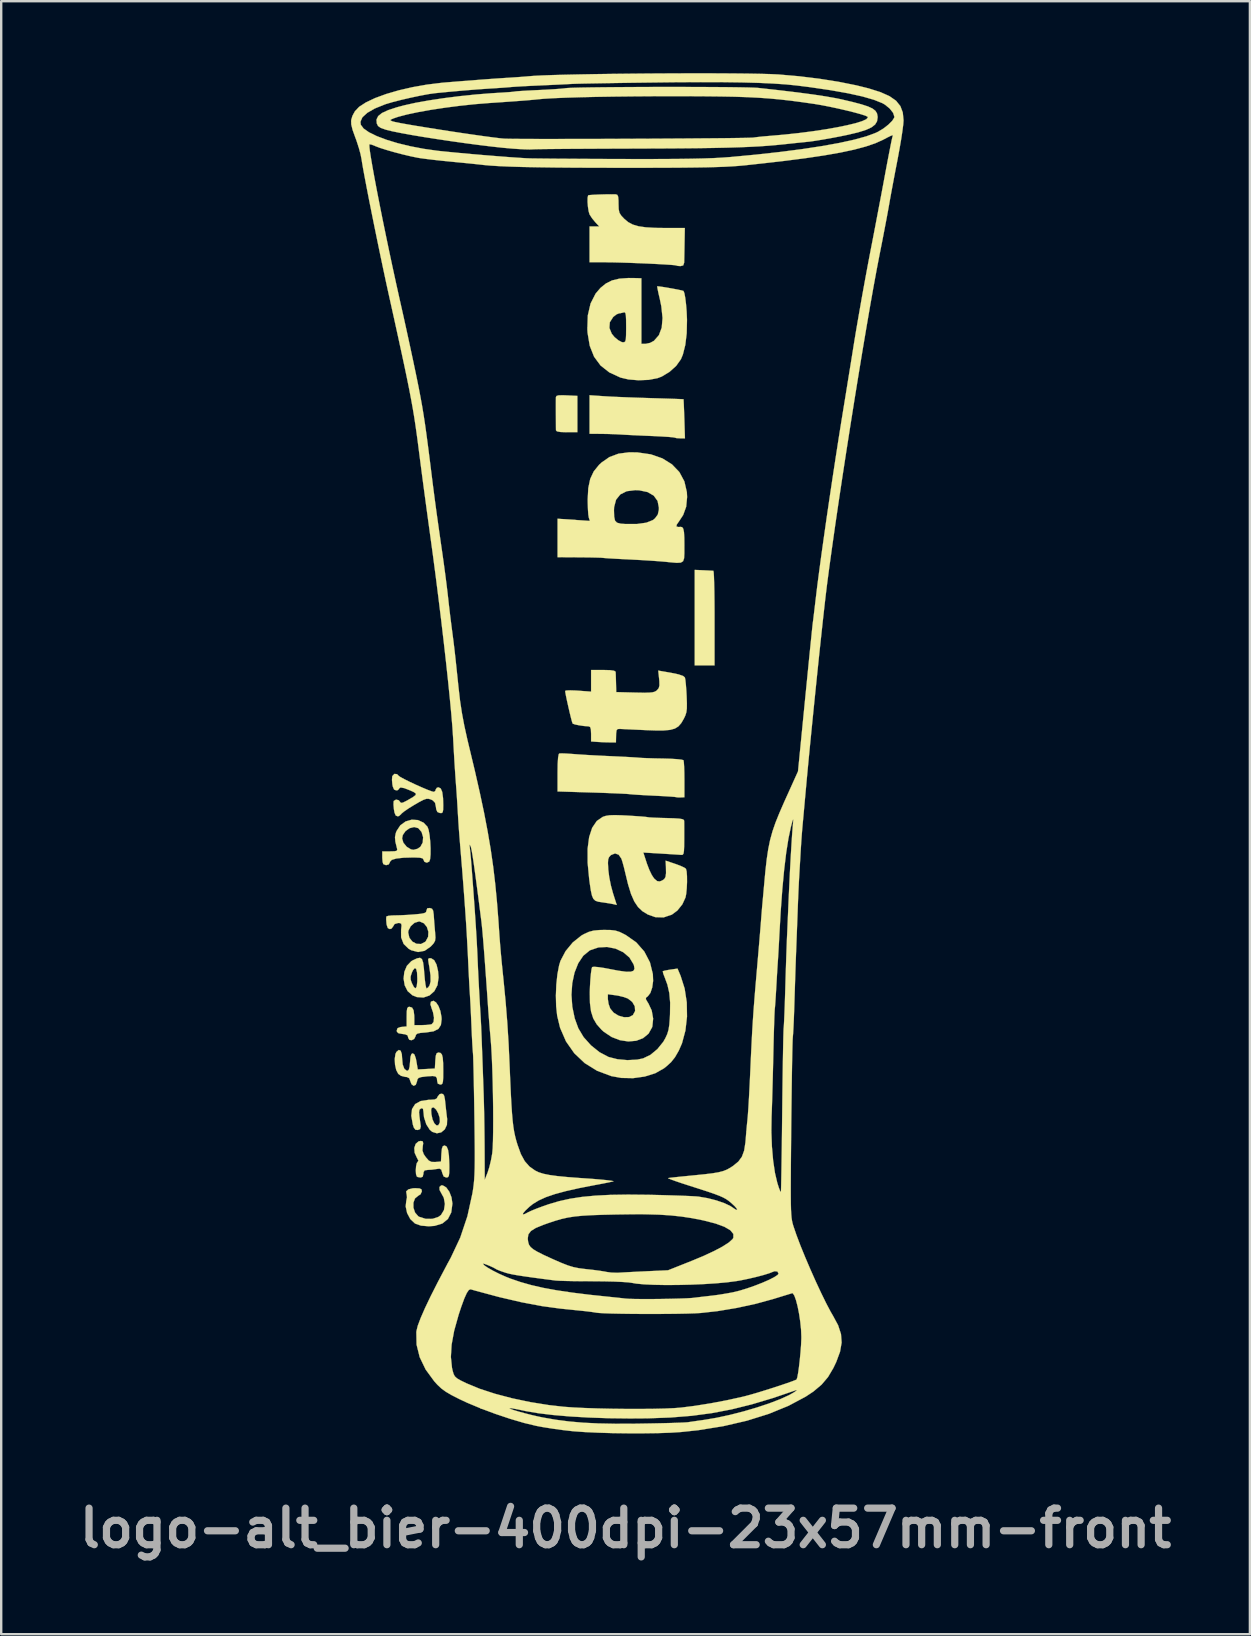
<source format=kicad_pcb>
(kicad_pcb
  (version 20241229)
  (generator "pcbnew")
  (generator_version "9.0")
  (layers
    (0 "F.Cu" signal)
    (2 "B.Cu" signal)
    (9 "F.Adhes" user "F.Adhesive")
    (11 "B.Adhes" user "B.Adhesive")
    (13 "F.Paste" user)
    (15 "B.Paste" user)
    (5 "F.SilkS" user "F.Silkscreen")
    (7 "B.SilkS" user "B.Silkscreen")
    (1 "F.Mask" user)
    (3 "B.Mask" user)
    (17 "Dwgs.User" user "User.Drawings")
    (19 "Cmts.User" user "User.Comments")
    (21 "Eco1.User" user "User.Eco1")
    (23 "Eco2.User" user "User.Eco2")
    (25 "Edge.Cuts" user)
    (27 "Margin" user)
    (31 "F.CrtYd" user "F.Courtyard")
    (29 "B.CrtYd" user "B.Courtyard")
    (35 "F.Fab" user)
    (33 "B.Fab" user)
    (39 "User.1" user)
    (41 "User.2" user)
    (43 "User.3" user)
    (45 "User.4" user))
  (footprint "logo-alt_bier-400dpi-23x57mm-front"
    (layer "F.Cu")
    (at 23.037 28.293)
    (property "Reference" "logo-alt_bier-400dpi-23x57mm-front" (at -0.025 32.325 0) (layer "F.Fab") (effects (font (size 1.524 1.524) (thickness 0.3))))
    (attr through_hole)
    (fp_poly (pts (xy 3.223 -7.583) (xy 3.429 -7.573) (xy 3.582 -7.565) (xy 3.635 -7.561) (xy 3.647 -7.499) (xy 3.658 -7.325) (xy 3.667 -7.055) (xy 3.675 -6.704) (xy 3.68 -6.287) (xy 3.683 -5.819) (xy 3.683 -5.588) (xy 3.683 -3.619) (xy 2.857 -3.619) (xy 2.857 -7.599) (xy 3.223 -7.583)) (stroke (width 0.01) (type solid)) (fill yes) (layer "F.SilkS"))
    (fp_poly (pts (xy -2.477 -14.87) (xy -2.032 -14.849) (xy -2.032 -13.335) (xy -2.477 -13.335) (xy -2.736 -13.344) (xy -2.881 -13.371) (xy -2.923 -13.414) (xy -2.925 -13.542) (xy -2.926 -13.751) (xy -2.927 -14.007) (xy -2.928 -14.274) (xy -2.928 -14.518) (xy -2.927 -14.704) (xy -2.926 -14.796) (xy -2.9 -14.846) (xy -2.813 -14.871) (xy -2.639 -14.876) (xy -2.477 -14.87)) (stroke (width 0.01) (type solid)) (fill yes) (layer "F.SilkS"))
    (fp_poly (pts (xy -0.937 -14.836) (xy -0.689 -14.821) (xy -0.345 -14.805) (xy 0.065 -14.788) (xy 0.511 -14.772) (xy 0.961 -14.758) (xy 1.016 -14.756) (xy 1.418 -14.744) (xy 1.773 -14.733) (xy 2.064 -14.723) (xy 2.273 -14.715) (xy 2.38 -14.71) (xy 2.39 -14.709) (xy 2.395 -14.646) (xy 2.403 -14.48) (xy 2.413 -14.236) (xy 2.423 -13.937) (xy 2.425 -13.891) (xy 2.45 -13.081) (xy 2.252 -13.081) (xy 2.104 -13.089) (xy 2.024 -13.11) (xy 2.024 -13.11) (xy 1.953 -13.123) (xy 1.779 -13.139) (xy 1.523 -13.155) (xy 1.209 -13.172) (xy 1.045 -13.179) (xy 0.68 -13.194) (xy 0.333 -13.21) (xy 0.037 -13.225) (xy -0.176 -13.237) (xy -0.222 -13.24) (xy -0.45 -13.252) (xy -0.742 -13.262) (xy -1.032 -13.267) (xy -1.524 -13.271) (xy -1.524 -14.876) (xy -0.937 -14.836)) (stroke (width 0.01) (type solid)) (fill yes) (layer "F.SilkS"))
    (fp_poly (pts (xy -7.638 18.046) (xy -7.494 18.131) (xy -7.367 18.309) (xy -7.276 18.542) (xy -7.239 18.796) (xy -7.239 18.809) (xy -7.286 19.17) (xy -7.426 19.444) (xy -7.658 19.632) (xy -7.98 19.731) (xy -8.223 19.748) (xy -8.548 19.721) (xy -8.786 19.637) (xy -8.803 19.627) (xy -8.993 19.447) (xy -9.126 19.196) (xy -9.185 18.921) (xy -9.162 18.704) (xy -9.131 18.538) (xy -9.144 18.416) (xy -9.148 18.408) (xy -9.165 18.294) (xy -9.072 18.21) (xy -8.885 18.165) (xy -8.787 18.161) (xy -8.612 18.17) (xy -8.53 18.206) (xy -8.509 18.285) (xy -8.509 18.29) (xy -8.566 18.416) (xy -8.662 18.476) (xy -8.797 18.587) (xy -8.863 18.766) (xy -8.862 18.974) (xy -8.796 19.173) (xy -8.667 19.325) (xy -8.616 19.356) (xy -8.343 19.44) (xy -8.062 19.437) (xy -7.816 19.354) (xy -7.712 19.275) (xy -7.59 19.071) (xy -7.551 18.817) (xy -7.597 18.56) (xy -7.69 18.39) (xy -7.773 18.236) (xy -7.777 18.11) (xy -7.705 18.045) (xy -7.638 18.046)) (stroke (width 0.01) (type solid)) (fill yes) (layer "F.SilkS"))
    (fp_poly (pts (xy -7.919 10.422) (xy -7.819 10.571) (xy -7.739 10.78) (xy -7.694 11.025) (xy -7.688 11.121) (xy -7.717 11.361) (xy -7.822 11.524) (xy -8.02 11.624) (xy -8.324 11.671) (xy -8.338 11.672) (xy -8.565 11.691) (xy -8.695 11.719) (xy -8.756 11.768) (xy -8.775 11.834) (xy -8.832 11.943) (xy -8.932 11.995) (xy -9.03 11.982) (xy -9.08 11.898) (xy -9.081 11.883) (xy -9.108 11.794) (xy -9.21 11.749) (xy -9.319 11.735) (xy -9.481 11.707) (xy -9.548 11.647) (xy -9.557 11.589) (xy -9.524 11.494) (xy -9.404 11.448) (xy -9.35 11.442) (xy -9.144 11.422) (xy -9.144 11.013) (xy -9.14 10.79) (xy -9.121 10.667) (xy -9.08 10.614) (xy -9.024 10.604) (xy -8.918 10.638) (xy -8.855 10.751) (xy -8.829 10.962) (xy -8.826 11.086) (xy -8.826 11.367) (xy -8.514 11.367) (xy -8.309 11.359) (xy -8.147 11.34) (xy -8.101 11.328) (xy -8.023 11.235) (xy -8.005 11.06) (xy -8.046 10.832) (xy -8.098 10.686) (xy -8.155 10.501) (xy -8.134 10.395) (xy -8.128 10.388) (xy -8.026 10.353) (xy -7.919 10.422)) (stroke (width 0.01) (type solid)) (fill yes) (layer "F.SilkS"))
    (fp_poly (pts (xy -8.508 8.615) (xy -8.459 8.757) (xy -8.427 9.003) (xy -8.411 9.207) (xy -8.387 9.474) (xy -8.359 9.685) (xy -8.33 9.815) (xy -8.313 9.842) (xy -8.245 9.793) (xy -8.187 9.706) (xy -8.147 9.547) (xy -8.151 9.293) (xy -8.201 8.934) (xy -8.23 8.773) (xy -8.249 8.632) (xy -8.218 8.58) (xy -8.122 8.583) (xy -7.997 8.662) (xy -7.899 8.846) (xy -7.836 9.116) (xy -7.815 9.385) (xy -7.86 9.702) (xy -7.993 9.955) (xy -8.194 10.132) (xy -8.444 10.217) (xy -8.721 10.198) (xy -8.905 10.124) (xy -9.104 9.95) (xy -9.226 9.708) (xy -9.272 9.43) (xy -9.262 9.342) (xy -8.981 9.342) (xy -8.976 9.479) (xy -8.926 9.62) (xy -8.838 9.789) (xy -8.771 9.834) (xy -8.725 9.756) (xy -8.702 9.556) (xy -8.7 9.433) (xy -8.712 9.171) (xy -8.749 9.022) (xy -8.806 8.99) (xy -8.881 9.08) (xy -8.924 9.171) (xy -8.981 9.342) (xy -9.262 9.342) (xy -9.241 9.149) (xy -9.135 8.896) (xy -8.953 8.705) (xy -8.892 8.669) (xy -8.712 8.585) (xy -8.589 8.562) (xy -8.508 8.615)) (stroke (width 0.01) (type solid)) (fill yes) (layer "F.SilkS"))
    (fp_poly (pts (xy -8.475 16.21) (xy -8.455 16.285) (xy -8.474 16.42) (xy -8.486 16.593) (xy -8.434 16.742) (xy -8.348 16.868) (xy -8.224 17.009) (xy -8.107 17.067) (xy -7.947 17.069) (xy -7.715 17.05) (xy -7.696 16.716) (xy -7.677 16.517) (xy -7.64 16.415) (xy -7.576 16.384) (xy -7.561 16.383) (xy -7.478 16.427) (xy -7.419 16.567) (xy -7.383 16.811) (xy -7.368 17.169) (xy -7.367 17.288) (xy -7.37 17.516) (xy -7.386 17.645) (xy -7.423 17.703) (xy -7.49 17.716) (xy -7.495 17.716) (xy -7.601 17.674) (xy -7.66 17.531) (xy -7.662 17.52) (xy -7.703 17.386) (xy -7.777 17.346) (xy -7.891 17.361) (xy -8.1 17.39) (xy -8.263 17.399) (xy -8.395 17.418) (xy -8.442 17.497) (xy -8.445 17.558) (xy -8.477 17.685) (xy -8.562 17.716) (xy -8.683 17.696) (xy -8.721 17.674) (xy -8.754 17.579) (xy -8.764 17.421) (xy -8.752 17.249) (xy -8.722 17.114) (xy -8.688 17.067) (xy -8.655 17.013) (xy -8.716 16.894) (xy -8.719 16.889) (xy -8.812 16.685) (xy -8.826 16.483) (xy -8.768 16.314) (xy -8.647 16.21) (xy -8.553 16.192) (xy -8.475 16.21)) (stroke (width 0.01) (type solid)) (fill yes) (layer "F.SilkS"))
    (fp_poly (pts (xy -2.513 0.051) (xy -2.274 0.067) (xy -2.209 0.072) (xy -1.96 0.09) (xy -1.623 0.112) (xy -1.234 0.133) (xy -0.831 0.153) (xy -0.675 0.16) (xy -0.312 0.177) (xy 0.02 0.193) (xy 0.293 0.209) (xy 0.481 0.221) (xy 0.54 0.227) (xy 0.676 0.236) (xy 0.907 0.245) (xy 1.201 0.254) (xy 1.527 0.26) (xy 1.542 0.26) (xy 1.85 0.269) (xy 2.111 0.285) (xy 2.298 0.305) (xy 2.387 0.328) (xy 2.39 0.331) (xy 2.404 0.415) (xy 2.416 0.598) (xy 2.424 0.853) (xy 2.427 1.132) (xy 2.427 1.873) (xy 2.262 1.88) (xy 2.133 1.878) (xy 2.079 1.868) (xy 2.013 1.858) (xy 1.843 1.845) (xy 1.592 1.829) (xy 1.285 1.813) (xy 1.173 1.808) (xy 0.837 1.791) (xy 0.536 1.774) (xy 0.297 1.758) (xy 0.15 1.745) (xy 0.13 1.742) (xy 0.022 1.733) (xy -0.191 1.722) (xy -0.491 1.709) (xy -0.854 1.694) (xy -1.262 1.68) (xy -1.442 1.675) (xy -2.857 1.631) (xy -2.857 0.853) (xy -2.852 0.481) (xy -2.835 0.221) (xy -2.808 0.078) (xy -2.788 0.051) (xy -2.696 0.045) (xy -2.513 0.051)) (stroke (width 0.01) (type solid)) (fill yes) (layer "F.SilkS"))
    (fp_poly (pts (xy -0.452 -23.246) (xy -0.429 -23.245) (xy -0.366 -23.223) (xy -0.332 -23.145) (xy -0.319 -22.982) (xy -0.318 -22.853) (xy -0.311 -22.629) (xy -0.28 -22.481) (xy -0.205 -22.36) (xy -0.079 -22.226) (xy 0.084 -22.089) (xy 0.275 -21.987) (xy 0.513 -21.916) (xy 0.82 -21.872) (xy 1.215 -21.849) (xy 1.638 -21.844) (xy 2.445 -21.844) (xy 2.433 -21.193) (xy 2.428 -20.903) (xy 2.423 -20.648) (xy 2.419 -20.464) (xy 2.417 -20.399) (xy 2.379 -20.286) (xy 2.265 -20.256) (xy 2.139 -20.266) (xy 2.09 -20.282) (xy 2.019 -20.295) (xy 1.842 -20.31) (xy 1.58 -20.327) (xy 1.253 -20.345) (xy 0.884 -20.363) (xy 0.492 -20.379) (xy 0.099 -20.394) (xy -0.274 -20.405) (xy -0.607 -20.413) (xy -0.873 -20.415) (xy -1.524 -20.415) (xy -1.524 -21.907) (xy -1.119 -21.907) (xy -1.282 -22.082) (xy -1.415 -22.243) (xy -1.518 -22.399) (xy -1.523 -22.408) (xy -1.562 -22.537) (xy -1.591 -22.726) (xy -1.607 -22.93) (xy -1.605 -23.104) (xy -1.584 -23.202) (xy -1.581 -23.205) (xy -1.512 -23.217) (xy -1.349 -23.228) (xy -1.128 -23.238) (xy -0.882 -23.245) (xy -0.646 -23.248) (xy -0.452 -23.246)) (stroke (width 0.01) (type solid)) (fill yes) (layer "F.SilkS"))
    (fp_poly (pts (xy -7.626 14.241) (xy -7.581 14.312) (xy -7.55 14.463) (xy -7.533 14.621) (xy -7.505 14.883) (xy -7.475 15.137) (xy -7.457 15.272) (xy -7.466 15.519) (xy -7.557 15.711) (xy -7.705 15.835) (xy -7.886 15.874) (xy -8.077 15.814) (xy -8.182 15.726) (xy -8.327 15.499) (xy -8.421 15.207) (xy -8.445 14.973) (xy -8.456 14.899) (xy -8.125 14.899) (xy -8.113 15.074) (xy -8.112 15.081) (xy -8.066 15.298) (xy -7.992 15.457) (xy -7.907 15.542) (xy -7.828 15.541) (xy -7.77 15.439) (xy -7.759 15.384) (xy -7.77 15.223) (xy -7.829 15.043) (xy -7.915 14.888) (xy -8.009 14.802) (xy -8.038 14.796) (xy -8.102 14.816) (xy -8.125 14.899) (xy -8.456 14.899) (xy -8.463 14.851) (xy -8.525 14.831) (xy -8.548 14.839) (xy -8.61 14.89) (xy -8.628 14.999) (xy -8.612 15.17) (xy -8.585 15.377) (xy -8.562 15.547) (xy -8.557 15.589) (xy -8.586 15.699) (xy -8.68 15.736) (xy -8.778 15.726) (xy -8.844 15.639) (xy -8.886 15.514) (xy -8.951 15.147) (xy -8.92 14.862) (xy -8.79 14.657) (xy -8.561 14.53) (xy -8.23 14.479) (xy -8.158 14.478) (xy -7.977 14.465) (xy -7.886 14.417) (xy -7.856 14.351) (xy -7.774 14.245) (xy -7.697 14.224) (xy -7.626 14.241)) (stroke (width 0.01) (type solid)) (fill yes) (layer "F.SilkS"))
    (fp_poly (pts (xy -9.393 12.435) (xy -9.345 12.577) (xy -9.335 12.74) (xy -9.31 13.007) (xy -9.241 13.189) (xy -9.136 13.269) (xy -9.113 13.271) (xy -9.056 13.229) (xy -9.02 13.09) (xy -9.004 12.906) (xy -8.984 12.687) (xy -8.946 12.572) (xy -8.89 12.541) (xy -8.818 12.595) (xy -8.76 12.764) (xy -8.738 12.878) (xy -8.681 13.214) (xy -8.325 13.195) (xy -7.969 13.176) (xy -7.95 12.843) (xy -7.931 12.644) (xy -7.895 12.542) (xy -7.831 12.51) (xy -7.814 12.509) (xy -7.731 12.527) (xy -7.675 12.593) (xy -7.641 12.728) (xy -7.624 12.95) (xy -7.62 13.277) (xy -7.622 13.547) (xy -7.632 13.714) (xy -7.656 13.803) (xy -7.698 13.838) (xy -7.747 13.843) (xy -7.847 13.805) (xy -7.874 13.688) (xy -7.886 13.571) (xy -7.939 13.507) (xy -8.059 13.487) (xy -8.272 13.499) (xy -8.335 13.506) (xy -8.54 13.532) (xy -8.65 13.569) (xy -8.698 13.633) (xy -8.712 13.708) (xy -8.765 13.855) (xy -8.854 13.895) (xy -8.943 13.828) (xy -8.984 13.72) (xy -9.037 13.58) (xy -9.136 13.529) (xy -9.203 13.525) (xy -9.378 13.48) (xy -9.494 13.398) (xy -9.579 13.237) (xy -9.629 13.012) (xy -9.641 12.772) (xy -9.611 12.568) (xy -9.571 12.484) (xy -9.471 12.401) (xy -9.393 12.435)) (stroke (width 0.01) (type solid)) (fill yes) (layer "F.SilkS"))
    (fp_poly (pts (xy -8.674 2.824) (xy -8.439 2.932) (xy -8.277 3.103) (xy -8.228 3.238) (xy -8.189 3.455) (xy -8.162 3.719) (xy -8.148 3.997) (xy -8.149 4.252) (xy -8.167 4.45) (xy -8.202 4.552) (xy -8.303 4.599) (xy -8.405 4.561) (xy -8.445 4.47) (xy -8.48 4.419) (xy -8.599 4.391) (xy -8.821 4.382) (xy -8.849 4.381) (xy -9.274 4.392) (xy -9.578 4.426) (xy -9.765 4.482) (xy -9.841 4.563) (xy -9.842 4.581) (xy -9.892 4.671) (xy -10.003 4.703) (xy -10.114 4.66) (xy -10.118 4.657) (xy -10.145 4.571) (xy -10.159 4.412) (xy -10.16 4.371) (xy -10.16 4.128) (xy -9.835 4.128) (xy -9.646 4.123) (xy -9.555 4.102) (xy -9.536 4.049) (xy -9.551 3.985) (xy -9.615 3.725) (xy -9.626 3.588) (xy -9.335 3.588) (xy -9.28 3.77) (xy -9.143 3.936) (xy -8.966 4.044) (xy -8.861 4.064) (xy -8.694 4.02) (xy -8.572 3.937) (xy -8.474 3.757) (xy -8.459 3.536) (xy -8.523 3.321) (xy -8.659 3.162) (xy -8.661 3.16) (xy -8.832 3.114) (xy -9.019 3.161) (xy -9.189 3.279) (xy -9.304 3.445) (xy -9.335 3.588) (xy -9.626 3.588) (xy -9.631 3.536) (xy -9.599 3.372) (xy -9.566 3.283) (xy -9.408 3.042) (xy -9.188 2.882) (xy -8.933 2.808) (xy -8.674 2.824)) (stroke (width 0.01) (type solid)) (fill yes) (layer "F.SilkS"))
    (fp_poly (pts (xy -8.088 6.518) (xy -8.041 6.598) (xy -8.017 6.762) (xy -8.013 6.826) (xy -7.995 7.083) (xy -7.971 7.375) (xy -7.959 7.509) (xy -7.945 7.721) (xy -7.962 7.857) (xy -8.026 7.968) (xy -8.147 8.097) (xy -8.398 8.271) (xy -8.67 8.321) (xy -8.954 8.247) (xy -9.058 8.189) (xy -9.27 7.984) (xy -9.375 7.712) (xy -9.376 7.509) (xy -9.081 7.509) (xy -9.032 7.725) (xy -8.906 7.887) (xy -8.734 7.979) (xy -8.546 7.987) (xy -8.372 7.896) (xy -8.348 7.871) (xy -8.25 7.687) (xy -8.239 7.478) (xy -8.302 7.278) (xy -8.426 7.124) (xy -8.599 7.05) (xy -8.634 7.048) (xy -8.816 7.104) (xy -8.975 7.245) (xy -9.07 7.427) (xy -9.081 7.509) (xy -9.376 7.509) (xy -9.376 7.396) (xy -9.357 7.222) (xy -9.373 7.139) (xy -9.439 7.114) (xy -9.5 7.112) (xy -9.647 7.155) (xy -9.697 7.239) (xy -9.771 7.342) (xy -9.843 7.366) (xy -9.928 7.326) (xy -9.976 7.191) (xy -9.985 7.128) (xy -9.998 6.961) (xy -9.992 6.852) (xy -9.989 6.842) (xy -9.915 6.815) (xy -9.756 6.798) (xy -9.626 6.795) (xy -9.387 6.789) (xy -9.088 6.774) (xy -8.804 6.753) (xy -8.556 6.729) (xy -8.409 6.7) (xy -8.339 6.66) (xy -8.319 6.6) (xy -8.319 6.59) (xy -8.285 6.499) (xy -8.176 6.488) (xy -8.088 6.518)) (stroke (width 0.01) (type solid)) (fill yes) (layer "F.SilkS"))
    (fp_poly (pts (xy -9.544 0.911) (xy -9.481 0.976) (xy -9.408 1.029) (xy -9.246 1.117) (xy -9.024 1.228) (xy -8.77 1.347) (xy -8.512 1.462) (xy -8.279 1.56) (xy -8.1 1.627) (xy -8.005 1.651) (xy -7.945 1.6) (xy -7.938 1.556) (xy -7.885 1.477) (xy -7.818 1.46) (xy -7.725 1.507) (xy -7.662 1.653) (xy -7.628 1.908) (xy -7.62 2.203) (xy -7.624 2.401) (xy -7.645 2.501) (xy -7.696 2.533) (xy -7.763 2.529) (xy -7.864 2.487) (xy -7.913 2.375) (xy -7.925 2.276) (xy -7.961 2.104) (xy -8.054 2.005) (xy -8.13 1.968) (xy -8.226 1.937) (xy -8.32 1.937) (xy -8.441 1.979) (xy -8.618 2.07) (xy -8.83 2.193) (xy -9.059 2.334) (xy -9.243 2.46) (xy -9.356 2.552) (xy -9.379 2.581) (xy -9.462 2.655) (xy -9.523 2.667) (xy -9.6 2.633) (xy -9.65 2.514) (xy -9.675 2.375) (xy -9.692 2.188) (xy -9.688 2.055) (xy -9.68 2.025) (xy -9.586 1.971) (xy -9.474 1.998) (xy -9.421 2.063) (xy -9.382 2.108) (xy -9.299 2.096) (xy -9.146 2.02) (xy -9.09 1.989) (xy -8.877 1.864) (xy -8.769 1.78) (xy -8.761 1.718) (xy -8.848 1.657) (xy -8.987 1.593) (xy -9.24 1.494) (xy -9.395 1.465) (xy -9.459 1.504) (xy -9.461 1.524) (xy -9.514 1.577) (xy -9.58 1.587) (xy -9.668 1.552) (xy -9.722 1.426) (xy -9.739 1.339) (xy -9.756 1.152) (xy -9.746 1.009) (xy -9.74 0.989) (xy -9.656 0.9) (xy -9.544 0.911)) (stroke (width 0.01) (type solid)) (fill yes) (layer "F.SilkS"))
    (fp_poly (pts (xy -0.672 -3.422) (xy -0.505 -3.399) (xy -0.44 -3.358) (xy -0.438 -3.35) (xy -0.433 -3.247) (xy -0.427 -3.061) (xy -0.422 -2.889) (xy -0.413 -2.508) (xy 0.371 -2.488) (xy 0.707 -2.482) (xy 0.941 -2.484) (xy 1.097 -2.498) (xy 1.198 -2.527) (xy 1.27 -2.572) (xy 1.283 -2.583) (xy 1.357 -2.671) (xy 1.387 -2.784) (xy 1.383 -2.965) (xy 1.375 -3.051) (xy 1.338 -3.404) (xy 1.873 -3.311) (xy 2.184 -3.246) (xy 2.374 -3.18) (xy 2.448 -3.117) (xy 2.468 -3.014) (xy 2.489 -2.816) (xy 2.509 -2.554) (xy 2.52 -2.349) (xy 2.531 -2.041) (xy 2.529 -1.825) (xy 2.509 -1.668) (xy 2.468 -1.536) (xy 2.402 -1.397) (xy 2.295 -1.214) (xy 2.178 -1.08) (xy 2.031 -0.989) (xy 1.833 -0.934) (xy 1.564 -0.91) (xy 1.205 -0.91) (xy 0.857 -0.922) (xy 0.51 -0.938) (xy 0.196 -0.952) (xy -0.055 -0.964) (xy -0.218 -0.972) (xy -0.254 -0.974) (xy -0.352 -0.969) (xy -0.4 -0.915) (xy -0.417 -0.779) (xy -0.419 -0.699) (xy -0.425 -0.413) (xy -0.673 -0.412) (xy -0.909 -0.417) (xy -1.16 -0.43) (xy -1.191 -0.432) (xy -1.46 -0.452) (xy -1.46 -0.766) (xy -1.469 -0.958) (xy -1.501 -1.054) (xy -1.566 -1.082) (xy -1.572 -1.082) (xy -1.757 -1.095) (xy -1.957 -1.124) (xy -2.128 -1.159) (xy -2.224 -1.193) (xy -2.228 -1.197) (xy -2.254 -1.269) (xy -2.298 -1.433) (xy -2.353 -1.658) (xy -2.411 -1.911) (xy -2.467 -2.161) (xy -2.511 -2.374) (xy -2.537 -2.519) (xy -2.54 -2.558) (xy -2.482 -2.576) (xy -2.326 -2.581) (xy -2.101 -2.574) (xy -2 -2.567) (xy -1.46 -2.527) (xy -1.46 -3.429) (xy -0.953 -3.429) (xy -0.672 -3.422)) (stroke (width 0.01) (type solid)) (fill yes) (layer "F.SilkS"))
    (fp_poly (pts (xy 0.429 -19.756) (xy 0.635 -19.748) (xy 0.635 -17.018) (xy 0.817 -17.018) (xy 1 -17.058) (xy 1.158 -17.143) (xy 1.364 -17.378) (xy 1.483 -17.693) (xy 1.517 -18.093) (xy 1.466 -18.581) (xy 1.402 -18.891) (xy 1.347 -19.126) (xy 1.31 -19.307) (xy 1.294 -19.405) (xy 1.295 -19.414) (xy 1.36 -19.411) (xy 1.515 -19.39) (xy 1.723 -19.356) (xy 1.95 -19.316) (xy 2.16 -19.276) (xy 2.319 -19.242) (xy 2.39 -19.221) (xy 2.39 -19.221) (xy 2.427 -19.127) (xy 2.463 -18.934) (xy 2.495 -18.671) (xy 2.52 -18.365) (xy 2.534 -18.046) (xy 2.535 -18.008) (xy 2.523 -17.46) (xy 2.465 -16.974) (xy 2.364 -16.572) (xy 2.283 -16.377) (xy 2.086 -16.101) (xy 1.806 -15.849) (xy 1.486 -15.656) (xy 1.309 -15.588) (xy 0.937 -15.517) (xy 0.515 -15.5) (xy 0.099 -15.534) (xy -0.235 -15.612) (xy -0.699 -15.826) (xy -1.065 -16.114) (xy -1.336 -16.482) (xy -1.516 -16.935) (xy -1.607 -17.476) (xy -1.616 -17.622) (xy -1.614 -17.68) (xy -0.698 -17.68) (xy -0.599 -17.438) (xy -0.483 -17.297) (xy -0.327 -17.168) (xy -0.183 -17.091) (xy -0.133 -17.081) (xy -0.073 -17.089) (xy -0.034 -17.126) (xy -0.012 -17.217) (xy -0.003 -17.383) (xy -0.000046 -17.648) (xy 0 -17.723) (xy -0.002 -18.015) (xy -0.011 -18.2) (xy -0.031 -18.299) (xy -0.064 -18.333) (xy -0.1 -18.327) (xy -0.246 -18.292) (xy -0.294 -18.288) (xy -0.399 -18.246) (xy -0.531 -18.144) (xy -0.543 -18.132) (xy -0.68 -17.917) (xy -0.698 -17.68) (xy -1.614 -17.68) (xy -1.597 -18.202) (xy -1.482 -18.698) (xy -1.273 -19.109) (xy -1.069 -19.348) (xy -0.839 -19.534) (xy -0.586 -19.66) (xy -0.282 -19.733) (xy 0.098 -19.76) (xy 0.429 -19.756)) (stroke (width 0.01) (type solid)) (fill yes) (layer "F.SilkS"))
    (fp_poly (pts (xy 0.47 -12.494) (xy 1.029 -12.413) (xy 1.511 -12.245) (xy 1.909 -11.997) (xy 2.217 -11.676) (xy 2.426 -11.287) (xy 2.53 -10.838) (xy 2.54 -10.634) (xy 2.501 -10.23) (xy 2.376 -9.886) (xy 2.212 -9.636) (xy 2.107 -9.484) (xy 2.097 -9.406) (xy 2.185 -9.385) (xy 2.265 -9.392) (xy 2.334 -9.38) (xy 2.381 -9.312) (xy 2.41 -9.17) (xy 2.423 -8.938) (xy 2.426 -8.596) (xy 2.425 -8.581) (xy 2.425 -8.283) (xy 2.414 -8.081) (xy 2.371 -7.96) (xy 2.277 -7.903) (xy 2.11 -7.893) (xy 1.851 -7.915) (xy 1.619 -7.939) (xy 1.368 -7.96) (xy 1.028 -7.984) (xy 0.641 -8.008) (xy 0.244 -8.029) (xy 0.127 -8.035) (xy -0.22 -8.052) (xy -0.525 -8.069) (xy -0.766 -8.083) (xy -0.917 -8.095) (xy -0.953 -8.099) (xy -1.048 -8.107) (xy -1.245 -8.113) (xy -1.517 -8.119) (xy -1.838 -8.122) (xy -1.953 -8.123) (xy -2.857 -8.128) (xy -2.857 -9.731) (xy -1.511 -9.639) (xy -1.556 -9.78) (xy -1.576 -9.904) (xy -1.589 -10.084) (xy -0.507 -10.084) (xy -0.499 -9.819) (xy -0.464 -9.654) (xy -0.379 -9.565) (xy -0.225 -9.525) (xy -0.041 -9.512) (xy 0.456 -9.512) (xy 0.84 -9.566) (xy 1.11 -9.673) (xy 1.201 -9.745) (xy 1.318 -9.902) (xy 1.362 -10.094) (xy 1.365 -10.187) (xy 1.31 -10.472) (xy 1.151 -10.692) (xy 0.894 -10.842) (xy 0.546 -10.915) (xy 0.38 -10.922) (xy 0.023 -10.877) (xy -0.244 -10.743) (xy -0.42 -10.523) (xy -0.501 -10.217) (xy -0.507 -10.084) (xy -1.589 -10.084) (xy -1.591 -10.118) (xy -1.6 -10.387) (xy -1.602 -10.536) (xy -1.577 -11.008) (xy -1.497 -11.388) (xy -1.35 -11.702) (xy -1.128 -11.976) (xy -1.029 -12.069) (xy -0.697 -12.3) (xy -0.319 -12.441) (xy 0.126 -12.499) (xy 0.47 -12.494)) (stroke (width 0.01) (type solid)) (fill yes) (layer "F.SilkS"))
    (fp_poly (pts (xy -0.183 2.625) (xy 0.059 2.637) (xy 0.364 2.656) (xy 0.622 2.674) (xy 0.806 2.69) (xy 0.892 2.702) (xy 0.894 2.703) (xy 0.969 2.713) (xy 1.143 2.723) (xy 1.392 2.733) (xy 1.672 2.74) (xy 1.995 2.75) (xy 2.212 2.764) (xy 2.341 2.785) (xy 2.403 2.817) (xy 2.417 2.854) (xy 2.419 2.956) (xy 2.42 3.154) (xy 2.42 3.415) (xy 2.42 3.619) (xy 2.417 3.918) (xy 2.408 4.111) (xy 2.389 4.221) (xy 2.356 4.268) (xy 2.306 4.275) (xy 2.306 4.275) (xy 2.201 4.267) (xy 1.999 4.254) (xy 1.73 4.237) (xy 1.455 4.22) (xy 0.716 4.176) (xy 0.868 4.644) (xy 0.963 4.893) (xy 1.069 5.113) (xy 1.166 5.258) (xy 1.174 5.266) (xy 1.294 5.367) (xy 1.396 5.381) (xy 1.489 5.347) (xy 1.586 5.286) (xy 1.641 5.192) (xy 1.662 5.037) (xy 1.658 4.789) (xy 1.657 4.75) (xy 1.645 4.515) (xy 2.045 4.649) (xy 2.256 4.727) (xy 2.418 4.801) (xy 2.491 4.852) (xy 2.52 4.962) (xy 2.535 5.16) (xy 2.537 5.407) (xy 2.525 5.667) (xy 2.502 5.9) (xy 2.474 6.046) (xy 2.342 6.334) (xy 2.134 6.593) (xy 1.904 6.764) (xy 1.561 6.879) (xy 1.215 6.869) (xy 0.905 6.759) (xy 0.679 6.621) (xy 0.494 6.445) (xy 0.339 6.212) (xy 0.204 5.905) (xy 0.081 5.505) (xy -0.03 5.048) (xy -0.09 4.798) (xy -0.151 4.575) (xy -0.198 4.431) (xy -0.312 4.267) (xy -0.462 4.213) (xy -0.625 4.278) (xy -0.647 4.296) (xy -0.714 4.371) (xy -0.749 4.465) (xy -0.758 4.614) (xy -0.746 4.851) (xy -0.744 4.889) (xy -0.705 5.199) (xy -0.635 5.55) (xy -0.55 5.864) (xy -0.391 6.361) (xy -0.529 6.327) (xy -0.671 6.3) (xy -0.88 6.267) (xy -1.005 6.249) (xy -1.167 6.224) (xy -1.283 6.183) (xy -1.365 6.106) (xy -1.423 5.973) (xy -1.47 5.763) (xy -1.516 5.457) (xy -1.539 5.288) (xy -1.604 4.605) (xy -1.605 4.017) (xy -1.541 3.529) (xy -1.414 3.143) (xy -1.223 2.862) (xy -0.972 2.689) (xy -0.845 2.648) (xy -0.689 2.624) (xy -0.477 2.617) (xy -0.183 2.625)) (stroke (width 0.01) (type solid)) (fill yes) (layer "F.SilkS"))
    (fp_poly (pts (xy -0.648 7.405) (xy -0.45 7.428) (xy -0.274 7.484) (xy -0.069 7.585) (xy -0.011 7.616) (xy 0.42 7.918) (xy 0.757 8.301) (xy 0.992 8.752) (xy 1.113 9.241) (xy 1.124 9.527) (xy 1.086 9.801) (xy 1.01 10.026) (xy 0.904 10.165) (xy 0.895 10.171) (xy 0.827 10.225) (xy 0.823 10.288) (xy 0.887 10.401) (xy 0.926 10.46) (xy 1.066 10.759) (xy 1.125 11.096) (xy 1.093 11.417) (xy 1.081 11.458) (xy 0.933 11.723) (xy 0.705 11.91) (xy 0.417 12.019) (xy 0.089 12.047) (xy -0.259 11.995) (xy -0.606 11.861) (xy -0.931 11.644) (xy -1.024 11.56) (xy -1.226 11.333) (xy -1.37 11.087) (xy -1.462 10.798) (xy -1.508 10.445) (xy -1.511 10.282) (xy -0.762 10.282) (xy -0.731 10.487) (xy -0.663 10.676) (xy -0.519 10.849) (xy -0.315 10.974) (xy -0.087 11.038) (xy 0.127 11.031) (xy 0.281 10.949) (xy 0.374 10.779) (xy 0.361 10.585) (xy 0.254 10.4) (xy 0.072 10.259) (xy -0.099 10.196) (xy -0.326 10.141) (xy -0.435 10.124) (xy -0.762 10.08) (xy -0.762 10.282) (xy -1.511 10.282) (xy -1.515 10.002) (xy -1.507 9.758) (xy -1.489 9.458) (xy -1.466 9.206) (xy -1.44 9.026) (xy -1.417 8.948) (xy -1.334 8.936) (xy -1.155 8.951) (xy -0.906 8.988) (xy -0.729 9.022) (xy -0.317 9.1) (xy -0.015 9.141) (xy 0.188 9.143) (xy 0.305 9.104) (xy 0.348 9.021) (xy 0.328 8.892) (xy 0.308 8.832) (xy 0.137 8.549) (xy -0.122 8.329) (xy -0.441 8.18) (xy -0.794 8.111) (xy -1.153 8.129) (xy -1.491 8.243) (xy -1.523 8.26) (xy -1.787 8.477) (xy -1.997 8.791) (xy -2.151 9.18) (xy -2.246 9.624) (xy -2.278 10.104) (xy -2.244 10.598) (xy -2.142 11.087) (xy -1.992 11.499) (xy -1.773 11.866) (xy -1.466 12.209) (xy -1.108 12.496) (xy -0.735 12.693) (xy -0.73 12.695) (xy -0.363 12.788) (xy 0.052 12.826) (xy 0.458 12.805) (xy 0.707 12.753) (xy 1.011 12.607) (xy 1.302 12.366) (xy 1.548 12.061) (xy 1.632 11.915) (xy 1.712 11.741) (xy 1.765 11.566) (xy 1.799 11.353) (xy 1.821 11.066) (xy 1.828 10.908) (xy 1.834 10.428) (xy 1.799 10.032) (xy 1.72 9.683) (xy 1.608 9.381) (xy 1.549 9.228) (xy 1.527 9.132) (xy 1.53 9.12) (xy 1.603 9.098) (xy 1.758 9.068) (xy 1.848 9.054) (xy 2.141 9.012) (xy 2.27 9.316) (xy 2.437 9.841) (xy 2.526 10.417) (xy 2.536 11.012) (xy 2.47 11.592) (xy 2.327 12.125) (xy 2.193 12.431) (xy 2.034 12.706) (xy 1.869 12.913) (xy 1.655 13.105) (xy 1.574 13.168) (xy 1.213 13.372) (xy 0.775 13.509) (xy 0.293 13.576) (xy -0.2 13.567) (xy -0.618 13.491) (xy -1.21 13.27) (xy -1.727 12.949) (xy -2.161 12.538) (xy -2.506 12.045) (xy -2.752 11.479) (xy -2.873 10.978) (xy -2.916 10.582) (xy -2.927 10.137) (xy -2.909 9.679) (xy -2.863 9.246) (xy -2.793 8.877) (xy -2.736 8.69) (xy -2.524 8.286) (xy -2.225 7.923) (xy -1.87 7.639) (xy -1.754 7.573) (xy -1.552 7.481) (xy -1.357 7.429) (xy -1.118 7.406) (xy -0.921 7.401) (xy -0.648 7.405)) (stroke (width 0.01) (type solid)) (fill yes) (layer "F.SilkS"))
    (fp_poly (pts (xy 2.625 -27.72) (xy 3.221 -27.718) (xy 3.777 -27.715) (xy 4.281 -27.711) (xy 4.718 -27.705) (xy 5.075 -27.698) (xy 5.338 -27.69) (xy 5.493 -27.681) (xy 6.376 -27.583) (xy 7.137 -27.492) (xy 7.782 -27.407) (xy 8.316 -27.326) (xy 8.745 -27.25) (xy 8.953 -27.207) (xy 9.434 -27.094) (xy 9.804 -26.996) (xy 10.077 -26.907) (xy 10.267 -26.819) (xy 10.387 -26.725) (xy 10.452 -26.618) (xy 10.476 -26.492) (xy 10.477 -26.448) (xy 10.453 -26.289) (xy 10.372 -26.154) (xy 10.221 -26.037) (xy 9.988 -25.93) (xy 9.661 -25.828) (xy 9.227 -25.725) (xy 8.91 -25.66) (xy 8.544 -25.59) (xy 8.186 -25.527) (xy 7.874 -25.476) (xy 7.64 -25.443) (xy 7.588 -25.438) (xy 7.346 -25.413) (xy 7.033 -25.381) (xy 6.706 -25.346) (xy 6.604 -25.335) (xy 6.266 -25.301) (xy 5.917 -25.271) (xy 5.545 -25.245) (xy 5.14 -25.224) (xy 4.689 -25.206) (xy 4.182 -25.191) (xy 3.606 -25.179) (xy 2.952 -25.169) (xy 2.206 -25.162) (xy 1.357 -25.157) (xy 0.396 -25.154) (xy 0.228 -25.153) (xy -0.476 -25.151) (xy -1.145 -25.148) (xy -1.767 -25.145) (xy -2.331 -25.142) (xy -2.826 -25.138) (xy -3.241 -25.134) (xy -3.565 -25.13) (xy -3.786 -25.126) (xy -3.893 -25.121) (xy -3.9 -25.121) (xy -4.015 -25.116) (xy -4.225 -25.121) (xy -4.497 -25.135) (xy -4.731 -25.151) (xy -5.135 -25.187) (xy -5.613 -25.239) (xy -6.145 -25.304) (xy -6.712 -25.379) (xy -7.293 -25.461) (xy -7.87 -25.547) (xy -8.422 -25.633) (xy -8.929 -25.718) (xy -9.373 -25.799) (xy -9.732 -25.871) (xy -9.988 -25.933) (xy -10.016 -25.941) (xy -10.223 -26.014) (xy -10.336 -26.093) (xy -10.389 -26.2) (xy -10.391 -26.206) (xy -10.397 -26.326) (xy -9.821 -26.326) (xy -9.741 -26.288) (xy -9.626 -26.259) (xy -9.404 -26.214) (xy -9.092 -26.158) (xy -8.709 -26.093) (xy -8.272 -26.022) (xy -7.8 -25.947) (xy -7.311 -25.871) (xy -6.822 -25.797) (xy -6.353 -25.729) (xy -5.921 -25.668) (xy -5.544 -25.618) (xy -5.24 -25.581) (xy -5.112 -25.568) (xy -4.997 -25.563) (xy -4.769 -25.559) (xy -4.44 -25.556) (xy -4.022 -25.554) (xy -3.526 -25.553) (xy -2.965 -25.553) (xy -2.35 -25.554) (xy -1.693 -25.555) (xy -1.006 -25.556) (xy -0.3 -25.559) (xy 0.412 -25.562) (xy 1.119 -25.565) (xy 1.808 -25.569) (xy 2.469 -25.573) (xy 3.089 -25.578) (xy 3.656 -25.582) (xy 4.159 -25.587) (xy 4.585 -25.593) (xy 4.923 -25.598) (xy 5.162 -25.604) (xy 5.288 -25.609) (xy 5.302 -25.611) (xy 5.458 -25.632) (xy 5.693 -25.657) (xy 5.961 -25.68) (xy 6.001 -25.683) (xy 6.605 -25.736) (xy 7.197 -25.8) (xy 7.766 -25.873) (xy 8.298 -25.953) (xy 8.783 -26.038) (xy 9.208 -26.125) (xy 9.562 -26.211) (xy 9.831 -26.295) (xy 10.005 -26.374) (xy 10.071 -26.446) (xy 10.056 -26.482) (xy 9.965 -26.525) (xy 9.774 -26.586) (xy 9.506 -26.66) (xy 9.184 -26.74) (xy 8.834 -26.821) (xy 8.478 -26.897) (xy 8.14 -26.963) (xy 7.845 -27.013) (xy 7.842 -27.013) (xy 7.332 -27.086) (xy 6.863 -27.148) (xy 6.418 -27.198) (xy 5.978 -27.239) (xy 5.527 -27.271) (xy 5.045 -27.295) (xy 4.515 -27.313) (xy 3.919 -27.324) (xy 3.24 -27.331) (xy 2.458 -27.335) (xy 2.095 -27.335) (xy 1.188 -27.334) (xy 0.321 -27.328) (xy -0.495 -27.319) (xy -1.249 -27.307) (xy -1.93 -27.291) (xy -2.526 -27.273) (xy -3.026 -27.252) (xy -3.42 -27.229) (xy -3.651 -27.208) (xy -3.838 -27.189) (xy -4.075 -27.168) (xy -4.377 -27.144) (xy -4.761 -27.116) (xy -5.242 -27.082) (xy -5.715 -27.05) (xy -6.318 -27.001) (xy -6.936 -26.935) (xy -7.546 -26.856) (xy -8.128 -26.768) (xy -8.661 -26.673) (xy -9.123 -26.575) (xy -9.494 -26.478) (xy -9.685 -26.413) (xy -9.807 -26.36) (xy -9.821 -26.326) (xy -10.397 -26.326) (xy -10.399 -26.367) (xy -10.33 -26.507) (xy -10.173 -26.634) (xy -9.917 -26.753) (xy -9.553 -26.873) (xy -9.241 -26.956) (xy -8.772 -27.06) (xy -8.207 -27.161) (xy -7.575 -27.256) (xy -6.907 -27.34) (xy -6.232 -27.409) (xy -5.582 -27.46) (xy -5.429 -27.469) (xy -5.131 -27.487) (xy -4.882 -27.504) (xy -4.708 -27.519) (xy -4.635 -27.53) (xy -4.634 -27.53) (xy -4.563 -27.539) (xy -4.387 -27.552) (xy -4.13 -27.567) (xy -3.816 -27.583) (xy -3.65 -27.591) (xy -3.303 -27.608) (xy -2.99 -27.627) (xy -2.738 -27.645) (xy -2.575 -27.661) (xy -2.54 -27.667) (xy -2.429 -27.677) (xy -2.205 -27.686) (xy -1.881 -27.694) (xy -1.472 -27.701) (xy -0.991 -27.707) (xy -0.452 -27.712) (xy 0.13 -27.716) (xy 0.743 -27.719) (xy 1.373 -27.721) (xy 2.004 -27.721) (xy 2.625 -27.72)) (stroke (width 0.01) (type solid)) (fill yes) (layer "F.SilkS"))
    (fp_poly (pts (xy 3.87 -28.286) (xy 4.512 -28.282) (xy 5.091 -28.276) (xy 5.593 -28.267) (xy 6.004 -28.256) (xy 6.311 -28.242) (xy 6.35 -28.24) (xy 7.202 -28.166) (xy 8.047 -28.063) (xy 8.854 -27.935) (xy 9.592 -27.787) (xy 10.102 -27.66) (xy 10.594 -27.505) (xy 10.971 -27.337) (xy 11.244 -27.147) (xy 11.425 -26.923) (xy 11.526 -26.655) (xy 11.557 -26.332) (xy 11.557 -26.327) (xy 11.545 -26.157) (xy 11.511 -25.888) (xy 11.459 -25.546) (xy 11.392 -25.156) (xy 11.316 -24.743) (xy 11.306 -24.689) (xy 11.221 -24.252) (xy 11.138 -23.813) (xy 11.061 -23.403) (xy 10.997 -23.054) (xy 10.952 -22.797) (xy 10.952 -22.797) (xy 10.908 -22.551) (xy 10.845 -22.21) (xy 10.767 -21.802) (xy 10.681 -21.355) (xy 10.591 -20.899) (xy 10.564 -20.765) (xy 10.445 -20.148) (xy 10.311 -19.421) (xy 10.165 -18.599) (xy 10.01 -17.697) (xy 9.847 -16.732) (xy 9.68 -15.719) (xy 9.51 -14.672) (xy 9.341 -13.608) (xy 9.174 -12.542) (xy 9.012 -11.489) (xy 8.858 -10.466) (xy 8.714 -9.487) (xy 8.583 -8.567) (xy 8.466 -7.724) (xy 8.367 -6.971) (xy 8.353 -6.858) (xy 8.308 -6.486) (xy 8.253 -6.004) (xy 8.189 -5.429) (xy 8.119 -4.778) (xy 8.043 -4.068) (xy 7.965 -3.314) (xy 7.885 -2.534) (xy 7.805 -1.745) (xy 7.727 -0.963) (xy 7.652 -0.206) (xy 7.583 0.511) (xy 7.521 1.171) (xy 7.495 1.46) (xy 7.455 1.894) (xy 7.418 2.305) (xy 7.385 2.668) (xy 7.358 2.961) (xy 7.34 3.16) (xy 7.336 3.207) (xy 7.319 3.417) (xy 7.298 3.704) (xy 7.278 4.016) (xy 7.271 4.128) (xy 7.252 4.466) (xy 7.23 4.826) (xy 7.212 5.142) (xy 7.208 5.207) (xy 7.195 5.449) (xy 7.179 5.779) (xy 7.163 6.157) (xy 7.148 6.544) (xy 7.145 6.636) (xy 7.129 7.057) (xy 7.112 7.514) (xy 7.095 7.954) (xy 7.081 8.325) (xy 7.08 8.35) (xy 7.068 8.667) (xy 7.054 9.074) (xy 7.039 9.532) (xy 7.024 10.003) (xy 7.012 10.382) (xy 6.999 10.786) (xy 6.985 11.161) (xy 6.97 11.481) (xy 6.956 11.725) (xy 6.944 11.867) (xy 6.944 11.874) (xy 6.937 11.978) (xy 6.93 12.196) (xy 6.922 12.517) (xy 6.914 12.929) (xy 6.906 13.418) (xy 6.898 13.974) (xy 6.89 14.583) (xy 6.882 15.234) (xy 6.877 15.716) (xy 6.87 16.487) (xy 6.864 17.141) (xy 6.861 17.691) (xy 6.859 18.146) (xy 6.86 18.517) (xy 6.863 18.815) (xy 6.869 19.052) (xy 6.879 19.238) (xy 6.891 19.384) (xy 6.908 19.5) (xy 6.928 19.599) (xy 6.953 19.689) (xy 6.971 19.748) (xy 7.094 20.108) (xy 7.259 20.544) (xy 7.457 21.03) (xy 7.675 21.54) (xy 7.902 22.05) (xy 8.127 22.532) (xy 8.338 22.962) (xy 8.524 23.314) (xy 8.62 23.479) (xy 8.832 23.873) (xy 8.951 24.237) (xy 8.978 24.594) (xy 8.912 24.973) (xy 8.755 25.398) (xy 8.633 25.654) (xy 8.411 26.029) (xy 8.143 26.345) (xy 7.802 26.632) (xy 7.479 26.846) (xy 6.762 27.228) (xy 5.941 27.564) (xy 5.03 27.848) (xy 4.046 28.076) (xy 3.002 28.244) (xy 2.286 28.32) (xy 1.85 28.348) (xy 1.318 28.366) (xy 0.721 28.374) (xy 0.09 28.374) (xy -0.546 28.366) (xy -1.155 28.348) (xy -1.706 28.323) (xy -2.169 28.29) (xy -2.254 28.282) (xy -2.647 28.237) (xy -3.073 28.178) (xy -3.474 28.114) (xy -3.741 28.064) (xy -4.253 27.941) (xy -4.836 27.769) (xy -5.451 27.563) (xy -6.059 27.336) (xy -6.083 27.325) (xy -4.867 27.325) (xy -4.826 27.355) (xy -4.686 27.406) (xy -4.473 27.47) (xy -4.21 27.542) (xy -3.922 27.615) (xy -3.636 27.68) (xy -3.461 27.716) (xy -2.924 27.809) (xy -2.375 27.88) (xy -1.793 27.931) (xy -1.156 27.962) (xy -0.441 27.976) (xy 0.373 27.973) (xy 0.572 27.97) (xy 1.048 27.962) (xy 1.491 27.953) (xy 1.882 27.943) (xy 2.204 27.932) (xy 2.437 27.922) (xy 2.564 27.913) (xy 2.572 27.912) (xy 2.726 27.889) (xy 2.96 27.855) (xy 3.227 27.817) (xy 3.27 27.811) (xy 3.781 27.724) (xy 4.329 27.605) (xy 4.892 27.461) (xy 5.443 27.299) (xy 5.96 27.127) (xy 6.417 26.952) (xy 6.79 26.782) (xy 6.987 26.671) (xy 7.093 26.596) (xy 7.109 26.568) (xy 7.08 26.575) (xy 6.124 26.901) (xy 5.241 27.165) (xy 4.401 27.374) (xy 3.575 27.532) (xy 2.733 27.644) (xy 1.846 27.715) (xy 0.885 27.75) (xy 0.159 27.755) (xy -0.719 27.745) (xy -1.557 27.716) (xy -2.34 27.671) (xy -3.049 27.61) (xy -3.668 27.535) (xy -4.181 27.448) (xy -4.263 27.43) (xy -4.517 27.376) (xy -4.72 27.339) (xy -4.844 27.323) (xy -4.867 27.325) (xy -6.083 27.325) (xy -6.62 27.101) (xy -6.953 26.945) (xy -7.276 26.78) (xy -7.513 26.641) (xy -7.699 26.505) (xy -7.864 26.35) (xy -7.994 26.206) (xy -8.353 25.716) (xy -8.6 25.203) (xy -8.603 25.192) (xy -7.302 25.192) (xy -7.256 25.644) (xy -7.23 25.76) (xy -7.189 25.901) (xy -7.136 26.001) (xy -7.045 26.084) (xy -6.89 26.174) (xy -6.646 26.293) (xy -6.642 26.294) (xy -6.101 26.518) (xy -5.46 26.727) (xy -4.747 26.915) (xy -3.99 27.074) (xy -3.217 27.198) (xy -2.597 27.268) (xy -2.206 27.296) (xy -1.729 27.319) (xy -1.191 27.337) (xy -0.615 27.35) (xy -0.026 27.357) (xy 0.554 27.358) (xy 1.1 27.354) (xy 1.588 27.343) (xy 1.995 27.325) (xy 2.273 27.304) (xy 2.872 27.228) (xy 3.537 27.121) (xy 4.211 26.993) (xy 4.84 26.854) (xy 4.954 26.826) (xy 5.177 26.766) (xy 5.459 26.684) (xy 5.777 26.586) (xy 6.107 26.482) (xy 6.425 26.378) (xy 6.707 26.282) (xy 6.93 26.203) (xy 7.069 26.148) (xy 7.102 26.129) (xy 7.131 26.045) (xy 7.165 25.862) (xy 7.201 25.608) (xy 7.235 25.311) (xy 7.265 24.999) (xy 7.288 24.699) (xy 7.299 24.439) (xy 7.3 24.352) (xy 7.288 24.048) (xy 7.254 23.721) (xy 7.205 23.393) (xy 7.145 23.089) (xy 7.078 22.83) (xy 7.01 22.641) (xy 6.946 22.543) (xy 6.917 22.536) (xy 6.822 22.565) (xy 6.635 22.622) (xy 6.383 22.699) (xy 6.132 22.777) (xy 5.398 22.978) (xy 4.605 23.15) (xy 3.811 23.282) (xy 3.111 23.36) (xy 2.866 23.374) (xy 2.533 23.385) (xy 2.131 23.393) (xy 1.681 23.398) (xy 1.203 23.4) (xy 0.717 23.4) (xy 0.242 23.397) (xy -0.201 23.391) (xy -0.592 23.383) (xy -0.912 23.372) (xy -1.139 23.359) (xy -1.238 23.348) (xy -1.419 23.319) (xy -1.651 23.29) (xy -1.746 23.279) (xy -1.945 23.259) (xy -2.227 23.23) (xy -2.548 23.197) (xy -2.762 23.175) (xy -3.512 23.073) (xy -4.358 22.913) (xy -5.284 22.698) (xy -6.274 22.432) (xy -6.48 22.373) (xy -6.552 22.4) (xy -6.638 22.525) (xy -6.742 22.754) (xy -6.867 23.095) (xy -6.978 23.431) (xy -7.165 24.099) (xy -7.272 24.681) (xy -7.302 25.192) (xy -8.603 25.192) (xy -8.731 24.68) (xy -8.741 24.159) (xy -8.735 24.108) (xy -8.682 23.892) (xy -8.563 23.575) (xy -8.383 23.162) (xy -8.144 22.661) (xy -7.848 22.077) (xy -7.5 21.416) (xy -7.44 21.304) (xy -5.969 21.304) (xy -5.914 21.372) (xy -5.766 21.474) (xy -5.55 21.597) (xy -5.29 21.728) (xy -5.011 21.852) (xy -4.826 21.926) (xy -4.402 22.071) (xy -3.95 22.199) (xy -3.454 22.313) (xy -2.895 22.415) (xy -2.257 22.51) (xy -1.523 22.601) (xy -0.857 22.671) (xy -0.561 22.702) (xy -0.301 22.729) (xy -0.111 22.75) (xy -0.032 22.76) (xy 0.118 22.77) (xy 0.368 22.777) (xy 0.693 22.78) (xy 1.066 22.78) (xy 1.46 22.776) (xy 1.851 22.769) (xy 2.211 22.76) (xy 2.514 22.749) (xy 2.734 22.736) (xy 2.794 22.73) (xy 3.091 22.694) (xy 3.411 22.657) (xy 3.588 22.637) (xy 3.854 22.602) (xy 4.172 22.55) (xy 4.439 22.501) (xy 4.723 22.432) (xy 5.038 22.336) (xy 5.364 22.222) (xy 5.677 22.1) (xy 5.955 21.978) (xy 6.174 21.866) (xy 6.313 21.774) (xy 6.35 21.719) (xy 6.302 21.632) (xy 6.185 21.619) (xy 6.107 21.648) (xy 5.957 21.707) (xy 5.715 21.781) (xy 5.414 21.86) (xy 5.087 21.936) (xy 4.767 22.002) (xy 4.604 22.03) (xy 4.218 22.081) (xy 3.758 22.123) (xy 3.248 22.156) (xy 2.711 22.179) (xy 2.169 22.192) (xy 1.646 22.195) (xy 1.164 22.186) (xy 0.746 22.167) (xy 0.416 22.136) (xy 0.246 22.106) (xy 0.094 22.085) (xy -0.162 22.067) (xy -0.495 22.052) (xy -0.882 22.043) (xy -1.298 22.038) (xy -1.373 22.038) (xy -1.788 22.037) (xy -2.175 22.033) (xy -2.511 22.026) (xy -2.772 22.018) (xy -2.935 22.008) (xy -2.953 22.006) (xy -3.494 21.936) (xy -3.926 21.878) (xy -4.264 21.83) (xy -4.524 21.79) (xy -4.723 21.755) (xy -4.877 21.722) (xy -5.001 21.689) (xy -5.048 21.674) (xy -5.241 21.608) (xy -5.385 21.549) (xy -5.429 21.525) (xy -5.523 21.471) (xy -5.666 21.406) (xy -5.816 21.345) (xy -5.931 21.306) (xy -5.969 21.304) (xy -7.44 21.304) (xy -7.302 21.05) (xy -6.931 20.261) (xy -4.1 20.261) (xy -4.082 20.401) (xy -4.05 20.511) (xy -3.986 20.607) (xy -3.875 20.703) (xy -3.698 20.81) (xy -3.44 20.94) (xy -3.083 21.104) (xy -3.039 21.124) (xy -2.692 21.275) (xy -2.423 21.38) (xy -2.192 21.45) (xy -1.964 21.496) (xy -1.702 21.529) (xy -1.651 21.535) (xy -1.359 21.567) (xy -1.089 21.603) (xy -0.884 21.636) (xy -0.826 21.649) (xy -0.623 21.677) (xy -0.377 21.685) (xy -0.286 21.681) (xy -0.1 21.67) (xy 0.176 21.655) (xy 0.507 21.638) (xy 0.857 21.622) (xy 0.889 21.62) (xy 1.746 21.581) (xy 2.722 21.193) (xy 3.233 20.98) (xy 3.67 20.776) (xy 4.023 20.588) (xy 4.282 20.421) (xy 4.435 20.281) (xy 4.467 20.228) (xy 4.467 20.067) (xy 4.341 19.913) (xy 4.093 19.768) (xy 3.722 19.632) (xy 3.231 19.506) (xy 3.186 19.496) (xy 2.743 19.409) (xy 2.309 19.343) (xy 1.862 19.295) (xy 1.378 19.264) (xy 0.834 19.249) (xy 0.205 19.248) (xy -0.387 19.256) (xy -0.961 19.269) (xy -1.43 19.285) (xy -1.815 19.307) (xy -2.14 19.339) (xy -2.425 19.383) (xy -2.694 19.443) (xy -2.967 19.522) (xy -3.267 19.623) (xy -3.457 19.691) (xy -3.767 19.818) (xy -3.967 19.944) (xy -4.073 20.085) (xy -4.1 20.261) (xy -6.931 20.261) (xy -6.912 20.22) (xy -6.613 19.328) (xy -6.406 18.383) (xy -6.375 18.193) (xy -6.351 18.007) (xy -6.332 17.812) (xy -6.319 17.591) (xy -6.31 17.328) (xy -6.306 17.009) (xy -6.306 16.617) (xy -6.31 16.138) (xy -6.317 15.555) (xy -6.322 15.208) (xy -6.33 14.652) (xy -6.339 14.13) (xy -6.348 13.656) (xy -6.357 13.247) (xy -6.366 12.916) (xy -6.373 12.68) (xy -6.38 12.552) (xy -6.381 12.541) (xy -6.392 12.41) (xy -6.407 12.181) (xy -6.423 11.882) (xy -6.438 11.543) (xy -6.443 11.43) (xy -6.459 11.059) (xy -6.476 10.693) (xy -6.493 10.371) (xy -6.507 10.131) (xy -6.509 10.097) (xy -6.524 9.86) (xy -6.541 9.543) (xy -6.559 9.191) (xy -6.572 8.922) (xy -6.594 8.438) (xy -6.618 7.982) (xy -6.642 7.536) (xy -6.67 7.082) (xy -6.703 6.603) (xy -6.74 6.081) (xy -6.784 5.499) (xy -6.836 4.838) (xy -6.898 4.082) (xy -6.915 3.875) (xy -6.524 3.875) (xy -6.51 4) (xy -6.491 4.181) (xy -6.467 4.43) (xy -6.448 4.667) (xy -6.375 5.641) (xy -6.313 6.493) (xy -6.264 7.227) (xy -6.226 7.849) (xy -6.2 8.363) (xy -6.195 8.477) (xy -6.174 8.966) (xy -6.152 9.427) (xy -6.127 9.902) (xy -6.097 10.428) (xy -6.064 10.986) (xy -6.055 11.15) (xy -6.045 11.341) (xy -6.035 11.571) (xy -6.023 11.854) (xy -6.01 12.202) (xy -5.994 12.629) (xy -5.975 13.147) (xy -5.953 13.771) (xy -5.936 14.256) (xy -5.925 14.639) (xy -5.914 15.106) (xy -5.906 15.616) (xy -5.9 16.125) (xy -5.897 16.51) (xy -5.892 17.812) (xy -5.77 17.503) (xy -5.699 17.28) (xy -5.63 16.993) (xy -5.579 16.71) (xy -5.56 16.501) (xy -5.548 16.186) (xy -5.541 15.786) (xy -5.539 15.32) (xy -5.541 14.809) (xy -5.549 14.274) (xy -5.56 13.735) (xy -5.576 13.213) (xy -5.595 12.728) (xy -5.618 12.301) (xy -5.644 11.953) (xy -5.645 11.938) (xy -5.677 11.581) (xy -5.708 11.198) (xy -5.735 10.851) (xy -5.744 10.732) (xy -5.799 9.929) (xy -5.848 9.243) (xy -5.89 8.664) (xy -5.927 8.182) (xy -5.959 7.787) (xy -5.986 7.47) (xy -6.011 7.22) (xy -6.032 7.028) (xy -6.034 7.017) (xy -6.13 6.263) (xy -6.213 5.628) (xy -6.283 5.105) (xy -6.341 4.687) (xy -6.389 4.366) (xy -6.428 4.135) (xy -6.458 3.988) (xy -6.477 3.924) (xy -6.515 3.846) (xy -6.524 3.875) (xy -6.915 3.875) (xy -6.951 3.429) (xy -6.968 3.207) (xy -6.988 2.908) (xy -7.008 2.584) (xy -7.016 2.445) (xy -7.035 2.125) (xy -7.055 1.809) (xy -7.073 1.547) (xy -7.08 1.46) (xy -7.114 0.996) (xy -7.151 0.43) (xy -7.188 -0.211) (xy -7.209 -0.603) (xy -7.238 -1.043) (xy -7.284 -1.594) (xy -7.345 -2.241) (xy -7.419 -2.97) (xy -7.505 -3.766) (xy -7.601 -4.614) (xy -7.705 -5.5) (xy -7.817 -6.409) (xy -7.933 -7.326) (xy -8.053 -8.237) (xy -8.16 -9.017) (xy -8.241 -9.607) (xy -8.328 -10.246) (xy -8.416 -10.9) (xy -8.5 -11.531) (xy -8.575 -12.107) (xy -8.635 -12.573) (xy -8.685 -12.962) (xy -8.734 -13.321) (xy -8.783 -13.664) (xy -8.835 -14.001) (xy -8.893 -14.347) (xy -8.96 -14.714) (xy -9.036 -15.113) (xy -9.126 -15.558) (xy -9.231 -16.062) (xy -9.354 -16.635) (xy -9.497 -17.292) (xy -9.662 -18.045) (xy -9.853 -18.905) (xy -9.906 -19.145) (xy -10.012 -19.629) (xy -10.126 -20.164) (xy -10.246 -20.734) (xy -10.368 -21.323) (xy -10.489 -21.914) (xy -10.606 -22.492) (xy -10.715 -23.038) (xy -10.812 -23.537) (xy -10.895 -23.973) (xy -10.961 -24.329) (xy -11.005 -24.588) (xy -11.022 -24.701) (xy -11.066 -24.923) (xy -11.145 -25.211) (xy -11.159 -25.252) (xy -10.7 -25.252) (xy -10.679 -25.063) (xy -10.634 -24.773) (xy -10.569 -24.393) (xy -10.486 -23.936) (xy -10.387 -23.413) (xy -10.274 -22.835) (xy -10.15 -22.215) (xy -10.016 -21.563) (xy -9.876 -20.891) (xy -9.731 -20.211) (xy -9.584 -19.534) (xy -9.437 -18.873) (xy -9.398 -18.701) (xy -9.275 -18.154) (xy -9.144 -17.559) (xy -9.012 -16.953) (xy -8.888 -16.375) (xy -8.78 -15.862) (xy -8.73 -15.621) (xy -8.642 -15.185) (xy -8.567 -14.794) (xy -8.5 -14.426) (xy -8.439 -14.057) (xy -8.379 -13.665) (xy -8.318 -13.228) (xy -8.251 -12.723) (xy -8.175 -12.126) (xy -8.128 -11.748) (xy -8.052 -11.14) (xy -7.977 -10.563) (xy -7.899 -9.983) (xy -7.812 -9.364) (xy -7.713 -8.673) (xy -7.657 -8.287) (xy -7.598 -7.867) (xy -7.539 -7.43) (xy -7.486 -7.018) (xy -7.444 -6.671) (xy -7.429 -6.54) (xy -7.387 -6.16) (xy -7.336 -5.73) (xy -7.285 -5.325) (xy -7.27 -5.207) (xy -7.23 -4.902) (xy -7.196 -4.639) (xy -7.166 -4.392) (xy -7.136 -4.136) (xy -7.104 -3.845) (xy -7.067 -3.494) (xy -7.021 -3.058) (xy -6.987 -2.731) (xy -6.922 -2.164) (xy -6.843 -1.641) (xy -6.744 -1.114) (xy -6.616 -0.534) (xy -6.549 -0.254) (xy -6.305 0.764) (xy -6.097 1.681) (xy -5.919 2.519) (xy -5.77 3.298) (xy -5.644 4.038) (xy -5.54 4.761) (xy -5.454 5.487) (xy -5.382 6.237) (xy -5.32 7.031) (xy -5.304 7.271) (xy -5.278 7.656) (xy -5.251 8.008) (xy -5.221 8.362) (xy -5.184 8.754) (xy -5.137 9.22) (xy -5.112 9.461) (xy -5.022 10.387) (xy -4.952 11.26) (xy -4.897 12.141) (xy -4.858 12.986) (xy -4.83 13.65) (xy -4.805 14.203) (xy -4.781 14.658) (xy -4.756 15.031) (xy -4.73 15.336) (xy -4.7 15.59) (xy -4.666 15.805) (xy -4.625 15.998) (xy -4.577 16.183) (xy -4.526 16.351) (xy -4.384 16.744) (xy -4.224 17.036) (xy -4.028 17.258) (xy -3.79 17.427) (xy -3.64 17.499) (xy -3.446 17.56) (xy -3.195 17.611) (xy -2.868 17.656) (xy -2.451 17.697) (xy -1.927 17.737) (xy -1.778 17.747) (xy -1.412 17.772) (xy -1.083 17.8) (xy -0.81 17.826) (xy -0.618 17.85) (xy -0.528 17.868) (xy -0.524 17.87) (xy -0.577 17.886) (xy -0.731 17.92) (xy -0.964 17.967) (xy -1.253 18.021) (xy -1.286 18.027) (xy -1.955 18.157) (xy -2.511 18.282) (xy -2.968 18.406) (xy -3.34 18.533) (xy -3.641 18.67) (xy -3.885 18.819) (xy -4.026 18.931) (xy -4.204 19.099) (xy -4.297 19.21) (xy -4.3 19.257) (xy -4.213 19.233) (xy -4.112 19.178) (xy -3.966 19.108) (xy -3.735 19.013) (xy -3.452 18.908) (xy -3.23 18.831) (xy -2.798 18.703) (xy -2.34 18.601) (xy -1.84 18.524) (xy -1.281 18.471) (xy -0.647 18.439) (xy 0.077 18.428) (xy 0.91 18.436) (xy 1.016 18.438) (xy 1.485 18.449) (xy 1.928 18.462) (xy 2.324 18.475) (xy 2.654 18.489) (xy 2.896 18.502) (xy 3.016 18.512) (xy 3.387 18.575) (xy 3.755 18.669) (xy 4.086 18.782) (xy 4.341 18.903) (xy 4.419 18.955) (xy 4.564 19.052) (xy 4.627 19.068) (xy 4.611 19.015) (xy 4.519 18.907) (xy 4.379 18.777) (xy 4.273 18.69) (xy 4.167 18.616) (xy 4.042 18.547) (xy 3.881 18.476) (xy 3.665 18.394) (xy 3.378 18.296) (xy 3.001 18.174) (xy 2.638 18.058) (xy 2.32 17.955) (xy 2.055 17.865) (xy 1.862 17.795) (xy 1.759 17.751) (xy 1.749 17.74) (xy 1.83 17.728) (xy 2.015 17.707) (xy 2.281 17.679) (xy 2.605 17.647) (xy 2.839 17.624) (xy 3.272 17.58) (xy 3.602 17.54) (xy 3.851 17.498) (xy 4.044 17.448) (xy 4.202 17.385) (xy 4.349 17.302) (xy 4.461 17.228) (xy 4.676 17.051) (xy 4.823 16.85) (xy 4.917 16.594) (xy 4.97 16.253) (xy 4.981 16.129) (xy 5.003 15.848) (xy 5.007 15.802) (xy 6.05 15.802) (xy 6.073 16.422) (xy 6.124 17.007) (xy 6.201 17.527) (xy 6.298 17.939) (xy 6.363 18.143) (xy 6.416 18.28) (xy 6.447 18.324) (xy 6.449 18.32) (xy 6.453 18.246) (xy 6.458 18.057) (xy 6.464 17.765) (xy 6.471 17.383) (xy 6.478 16.922) (xy 6.486 16.394) (xy 6.493 15.812) (xy 6.5 15.188) (xy 6.503 14.954) (xy 6.51 14.314) (xy 6.518 13.708) (xy 6.526 13.15) (xy 6.534 12.652) (xy 6.542 12.226) (xy 6.549 11.886) (xy 6.556 11.643) (xy 6.561 11.511) (xy 6.563 11.493) (xy 6.572 11.386) (xy 6.583 11.172) (xy 6.596 10.871) (xy 6.61 10.505) (xy 6.623 10.093) (xy 6.63 9.874) (xy 6.643 9.409) (xy 6.658 8.944) (xy 6.672 8.508) (xy 6.686 8.131) (xy 6.697 7.843) (xy 6.699 7.779) (xy 6.714 7.45) (xy 6.731 7.049) (xy 6.749 6.632) (xy 6.762 6.318) (xy 6.793 5.635) (xy 6.824 4.987) (xy 6.856 4.39) (xy 6.887 3.861) (xy 6.916 3.417) (xy 6.942 3.073) (xy 6.956 2.921) (xy 6.964 2.808) (xy 6.951 2.803) (xy 6.916 2.913) (xy 6.864 3.111) (xy 6.763 3.585) (xy 6.669 4.18) (xy 6.583 4.893) (xy 6.506 5.718) (xy 6.438 6.651) (xy 6.381 7.652) (xy 6.364 7.986) (xy 6.345 8.319) (xy 6.328 8.602) (xy 6.319 8.731) (xy 6.304 8.961) (xy 6.285 9.269) (xy 6.266 9.608) (xy 6.254 9.811) (xy 6.236 10.117) (xy 6.218 10.393) (xy 6.202 10.606) (xy 6.192 10.7) (xy 6.185 10.813) (xy 6.175 11.034) (xy 6.165 11.344) (xy 6.153 11.725) (xy 6.142 12.157) (xy 6.132 12.605) (xy 6.12 13.117) (xy 6.107 13.639) (xy 6.093 14.142) (xy 6.08 14.598) (xy 6.067 14.976) (xy 6.059 15.177) (xy 6.05 15.802) (xy 5.007 15.802) (xy 5.026 15.588) (xy 5.045 15.397) (xy 5.049 15.367) (xy 5.069 15.151) (xy 5.093 14.817) (xy 5.119 14.376) (xy 5.147 13.836) (xy 5.175 13.24) (xy 5.203 12.611) (xy 5.229 12.081) (xy 5.253 11.618) (xy 5.279 11.195) (xy 5.307 10.781) (xy 5.34 10.349) (xy 5.379 9.867) (xy 5.427 9.308) (xy 5.433 9.239) (xy 5.475 8.749) (xy 5.516 8.274) (xy 5.553 7.838) (xy 5.584 7.463) (xy 5.608 7.17) (xy 5.622 6.985) (xy 5.644 6.709) (xy 5.665 6.447) (xy 5.683 6.255) (xy 5.701 6.056) (xy 5.725 5.792) (xy 5.746 5.556) (xy 5.801 4.956) (xy 5.857 4.457) (xy 5.921 4.031) (xy 5.999 3.651) (xy 6.098 3.292) (xy 6.224 2.927) (xy 6.385 2.528) (xy 6.585 2.069) (xy 6.631 1.968) (xy 7.161 0.794) (xy 7.46 -2.249) (xy 7.521 -2.861) (xy 7.578 -3.438) (xy 7.63 -3.966) (xy 7.677 -4.432) (xy 7.717 -4.824) (xy 7.748 -5.128) (xy 7.77 -5.332) (xy 7.781 -5.423) (xy 7.781 -5.424) (xy 7.796 -5.533) (xy 7.821 -5.742) (xy 7.855 -6.022) (xy 7.893 -6.347) (xy 7.905 -6.445) (xy 7.964 -6.936) (xy 8.042 -7.533) (xy 8.134 -8.217) (xy 8.24 -8.969) (xy 8.354 -9.77) (xy 8.476 -10.6) (xy 8.602 -11.441) (xy 8.729 -12.273) (xy 8.854 -13.077) (xy 8.975 -13.834) (xy 8.987 -13.906) (xy 9.061 -14.363) (xy 9.15 -14.908) (xy 9.246 -15.504) (xy 9.345 -16.115) (xy 9.44 -16.704) (xy 9.495 -17.05) (xy 9.588 -17.613) (xy 9.7 -18.26) (xy 9.821 -18.95) (xy 9.947 -19.644) (xy 10.069 -20.302) (xy 10.157 -20.765) (xy 10.268 -21.336) (xy 10.386 -21.95) (xy 10.504 -22.572) (xy 10.618 -23.169) (xy 10.719 -23.706) (xy 10.796 -24.121) (xy 10.873 -24.534) (xy 10.945 -24.909) (xy 11.007 -25.225) (xy 11.055 -25.465) (xy 11.087 -25.608) (xy 11.095 -25.638) (xy 11.112 -25.691) (xy 11.096 -25.709) (xy 11.027 -25.685) (xy 10.882 -25.614) (xy 10.7 -25.518) (xy 10.381 -25.374) (xy 9.984 -25.239) (xy 9.502 -25.11) (xy 8.928 -24.987) (xy 8.255 -24.869) (xy 7.476 -24.753) (xy 6.582 -24.638) (xy 5.715 -24.539) (xy 5.467 -24.512) (xy 5.219 -24.485) (xy 5.175 -24.48) (xy 4.924 -24.453) (xy 4.668 -24.43) (xy 4.394 -24.411) (xy 4.092 -24.395) (xy 3.749 -24.383) (xy 3.353 -24.372) (xy 2.894 -24.365) (xy 2.358 -24.359) (xy 1.735 -24.355) (xy 1.012 -24.353) (xy 0.177 -24.352) (xy -0.127 -24.352) (xy -1.191 -24.354) (xy -2.135 -24.357) (xy -2.965 -24.364) (xy -3.689 -24.374) (xy -4.313 -24.386) (xy -4.843 -24.402) (xy -5.288 -24.421) (xy -5.653 -24.444) (xy -5.945 -24.47) (xy -6.032 -24.481) (xy -6.171 -24.496) (xy -6.409 -24.521) (xy -6.718 -24.552) (xy -7.072 -24.586) (xy -7.283 -24.607) (xy -7.664 -24.645) (xy -8.032 -24.685) (xy -8.354 -24.724) (xy -8.598 -24.757) (xy -8.68 -24.771) (xy -8.973 -24.831) (xy -9.311 -24.911) (xy -9.662 -25.003) (xy -9.991 -25.098) (xy -10.265 -25.185) (xy -10.45 -25.256) (xy -10.458 -25.26) (xy -10.602 -25.317) (xy -10.69 -25.332) (xy -10.697 -25.329) (xy -10.7 -25.252) (xy -11.159 -25.252) (xy -11.245 -25.513) (xy -11.284 -25.616) (xy -11.396 -25.928) (xy -11.453 -26.16) (xy -11.455 -26.272) (xy -11.07 -26.272) (xy -11.055 -26.144) (xy -10.94 -25.99) (xy -10.713 -25.831) (xy -10.389 -25.672) (xy -9.984 -25.519) (xy -9.513 -25.376) (xy -8.989 -25.249) (xy -8.429 -25.142) (xy -7.848 -25.06) (xy -7.811 -25.056) (xy -7.43 -25.017) (xy -6.975 -24.973) (xy -6.471 -24.927) (xy -5.946 -24.882) (xy -5.427 -24.84) (xy -4.942 -24.802) (xy -4.516 -24.772) (xy -4.178 -24.751) (xy -4.064 -24.746) (xy -3.922 -24.742) (xy -3.667 -24.739) (xy -3.311 -24.735) (xy -2.869 -24.731) (xy -2.354 -24.728) (xy -1.778 -24.724) (xy -1.156 -24.721) (xy -0.501 -24.719) (xy -0.191 -24.718) (xy 0.701 -24.716) (xy 1.477 -24.718) (xy 2.147 -24.722) (xy 2.724 -24.73) (xy 3.218 -24.741) (xy 3.639 -24.756) (xy 4 -24.775) (xy 4.311 -24.798) (xy 4.318 -24.798) (xy 5.412 -24.901) (xy 6.422 -25.013) (xy 7.342 -25.132) (xy 8.167 -25.258) (xy 8.891 -25.389) (xy 9.507 -25.525) (xy 10.01 -25.664) (xy 10.394 -25.806) (xy 10.492 -25.852) (xy 10.718 -25.988) (xy 10.924 -26.148) (xy 11.084 -26.307) (xy 11.169 -26.44) (xy 11.176 -26.478) (xy 11.123 -26.641) (xy 10.982 -26.82) (xy 10.784 -26.982) (xy 10.678 -27.044) (xy 10.327 -27.185) (xy 9.85 -27.323) (xy 9.248 -27.456) (xy 8.522 -27.585) (xy 7.672 -27.71) (xy 7.112 -27.781) (xy 6.664 -27.826) (xy 6.136 -27.862) (xy 5.523 -27.89) (xy 4.815 -27.909) (xy 4.006 -27.92) (xy 3.089 -27.922) (xy 2.056 -27.917) (xy 1.448 -27.91) (xy 0.8 -27.902) (xy 0.177 -27.894) (xy -0.406 -27.885) (xy -0.935 -27.876) (xy -1.397 -27.868) (xy -1.777 -27.861) (xy -2.061 -27.854) (xy -2.234 -27.848) (xy -2.254 -27.847) (xy -2.487 -27.835) (xy -2.807 -27.819) (xy -3.175 -27.802) (xy -3.553 -27.785) (xy -3.619 -27.782) (xy -3.972 -27.766) (xy -4.301 -27.749) (xy -4.574 -27.733) (xy -4.761 -27.72) (xy -4.794 -27.717) (xy -4.97 -27.702) (xy -5.229 -27.683) (xy -5.529 -27.663) (xy -5.683 -27.654) (xy -6.193 -27.619) (xy -6.789 -27.571) (xy -7.432 -27.513) (xy -7.96 -27.461) (xy -8.228 -27.423) (xy -8.578 -27.358) (xy -8.971 -27.275) (xy -9.368 -27.183) (xy -9.727 -27.091) (xy -10.01 -27.007) (xy -10.052 -26.993) (xy -10.474 -26.822) (xy -10.787 -26.642) (xy -10.988 -26.457) (xy -11.07 -26.272) (xy -11.455 -26.272) (xy -11.455 -26.345) (xy -11.403 -26.518) (xy -11.3 -26.707) (xy -11.125 -26.892) (xy -10.84 -27.077) (xy -10.459 -27.257) (xy -9.999 -27.426) (xy -9.475 -27.579) (xy -8.903 -27.711) (xy -8.299 -27.818) (xy -7.679 -27.894) (xy -7.557 -27.905) (xy -6.765 -27.969) (xy -6.087 -28.021) (xy -5.506 -28.064) (xy -5.011 -28.097) (xy -4.953 -28.1) (xy -4.649 -28.12) (xy -4.368 -28.14) (xy -4.151 -28.157) (xy -4.064 -28.165) (xy -3.835 -28.183) (xy -3.492 -28.2) (xy -3.05 -28.216) (xy -2.521 -28.23) (xy -1.92 -28.243) (xy -1.26 -28.255) (xy -0.554 -28.265) (xy 0.183 -28.273) (xy 0.938 -28.28) (xy 1.699 -28.284) (xy 2.45 -28.287) (xy 3.178 -28.288) (xy 3.87 -28.286)) (stroke (width 0.01) (type solid)) (fill yes) (layer "F.SilkS")))
  (gr_rect
    (start -3 -3)
    (end 49.025 65.036)
    (stroke (width 0.1) (type default))
    (fill no)
    (layer "Edge.Cuts")))
</source>
